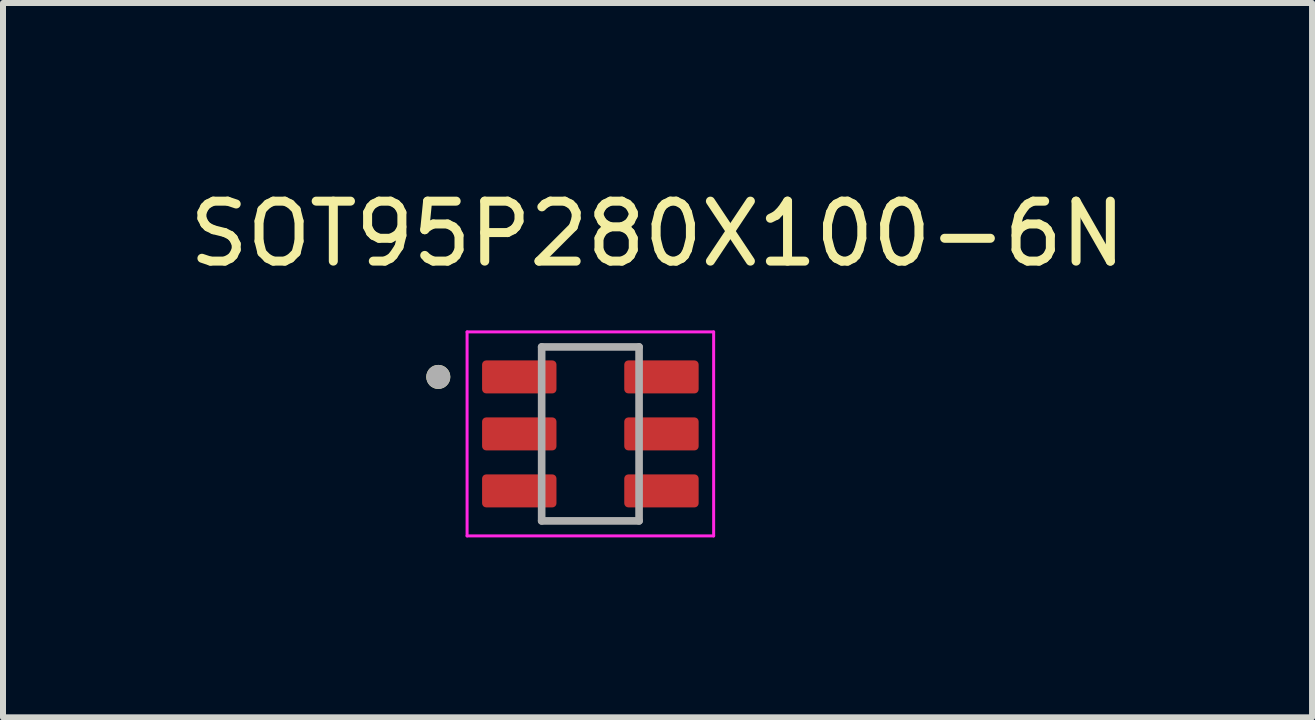
<source format=kicad_pcb>
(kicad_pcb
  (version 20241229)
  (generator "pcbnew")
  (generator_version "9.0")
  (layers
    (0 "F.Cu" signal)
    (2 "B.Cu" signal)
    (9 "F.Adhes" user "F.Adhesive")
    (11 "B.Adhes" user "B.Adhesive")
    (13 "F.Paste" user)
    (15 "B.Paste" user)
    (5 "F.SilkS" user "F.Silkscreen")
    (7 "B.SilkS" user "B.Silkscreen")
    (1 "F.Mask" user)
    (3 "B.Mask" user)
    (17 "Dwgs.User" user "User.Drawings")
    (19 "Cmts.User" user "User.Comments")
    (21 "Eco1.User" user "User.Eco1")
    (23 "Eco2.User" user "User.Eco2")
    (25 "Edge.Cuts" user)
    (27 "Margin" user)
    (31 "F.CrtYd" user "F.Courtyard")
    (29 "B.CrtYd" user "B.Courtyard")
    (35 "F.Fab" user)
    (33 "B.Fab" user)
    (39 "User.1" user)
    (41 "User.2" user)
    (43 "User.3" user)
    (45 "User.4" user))
  (footprint "SOT95P280X100-6N"
    (layer "F.Cu")
    (at 6.791 4.183)
    (property "Reference" "SOT95P280X100-6N" (at 1.12 -3.335 0) (layer "F.SilkS") (effects (font (size 1 1) (thickness 0.15))))
    (attr smd)
    (fp_circle (center -2.535 -0.95) (end -2.435 -0.95) (stroke (width 0.2) (type solid)) (fill no) (layer "F.SilkS"))
    (fp_line (start -2.055 -1.7) (end -2.055 1.7) (stroke (width 0.05) (type solid)) (layer "F.CrtYd"))
    (fp_line (start -2.055 1.7) (end 2.055 1.7) (stroke (width 0.05) (type solid)) (layer "F.CrtYd"))
    (fp_line (start 2.055 -1.7) (end -2.055 -1.7) (stroke (width 0.05) (type solid)) (layer "F.CrtYd"))
    (fp_line (start 2.055 1.7) (end 2.055 -1.7) (stroke (width 0.05) (type solid)) (layer "F.CrtYd"))
    (fp_line (start -0.812 -1.45) (end -0.812 1.45) (stroke (width 0.127) (type solid)) (layer "F.Fab"))
    (fp_line (start -0.812 -1.45) (end 0.812 -1.45) (stroke (width 0.127) (type solid)) (layer "F.Fab"))
    (fp_line (start -0.812 1.45) (end 0.812 1.45) (stroke (width 0.127) (type solid)) (layer "F.Fab"))
    (fp_line (start 0.812 1.45) (end 0.812 -1.45) (stroke (width 0.127) (type solid)) (layer "F.Fab"))
    (fp_circle (center -2.535 -0.95) (end -2.435 -0.95) (stroke (width 0.2) (type solid)) (fill no) (layer "F.Fab"))
    (pad "1" smd roundrect (at -1.185 -0.95) (size 1.24 0.55) (layers "F.Cu" "F.Mask" "F.Paste") (roundrect_rratio 0.125))
    (pad "2" smd roundrect (at -1.185 0) (size 1.24 0.55) (layers "F.Cu" "F.Mask" "F.Paste") (roundrect_rratio 0.125))
    (pad "3" smd roundrect (at -1.185 0.95) (size 1.24 0.55) (layers "F.Cu" "F.Mask" "F.Paste") (roundrect_rratio 0.125))
    (pad "4" smd roundrect (at 1.185 0.95) (size 1.24 0.55) (layers "F.Cu" "F.Mask" "F.Paste") (roundrect_rratio 0.125))
    (pad "5" smd roundrect (at 1.185 0) (size 1.24 0.55) (layers "F.Cu" "F.Mask" "F.Paste") (roundrect_rratio 0.125))
    (pad "6" smd roundrect (at 1.185 -0.95) (size 1.24 0.55) (layers "F.Cu" "F.Mask" "F.Paste") (roundrect_rratio 0.125)))
  (gr_rect
    (start -3 -3)
    (end 18.821 8.908)
    (stroke (width 0.1) (type default))
    (fill no)
    (layer "Edge.Cuts")))
</source>
